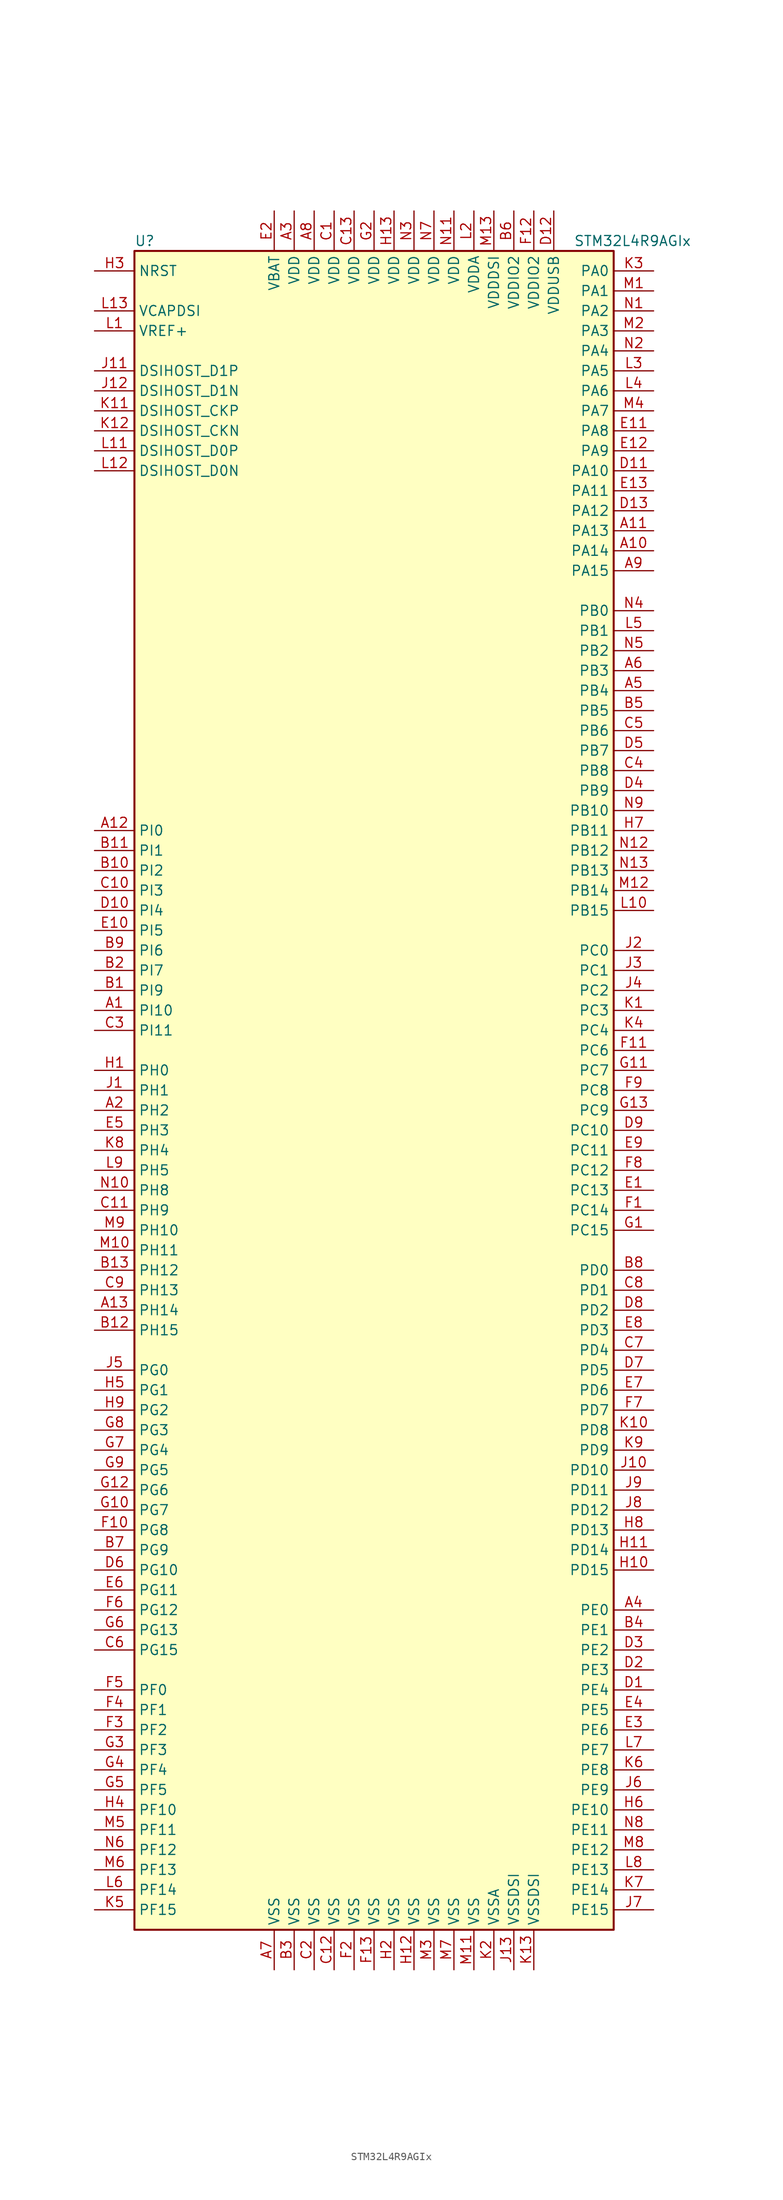
<source format=kicad_sym>
(kicad_symbol_lib
  (version 20211014)
  (generator kicad_symbol_editor)
  (symbol "STM32L4R9AGIx"
    (property "Reference" "U"
      (at -30.48 107.95 0)
      (effects (font (size 1.27 1.27)) (justify left)))
    (property "Value" "STM32L4R9AGIx"
      (at 25.4 107.95 0)
      (effects (font (size 1.27 1.27)) (justify left)))
    (symbol "STM32L4R9AGIx_0_1"
      (rectangle (start -30.48 -106.68) (end 30.48 106.68) (stroke (width 0.254) (type default) (color 0 0 0 0)) (fill (type background))))
    (symbol "STM32L4R9AGIx_1_1"
      (pin bidirectional line (at -35.56 10.16 0) (length 5.08) (name "PI10" (effects (font (size 1.27 1.27)))) (number "A1" (effects (font (size 1.27 1.27)))))
      (pin bidirectional line (at 35.56 68.58 180) (length 5.08) (name "PA14" (effects (font (size 1.27 1.27)))) (number "A10" (effects (font (size 1.27 1.27)))))
      (pin bidirectional line (at 35.56 71.12 180) (length 5.08) (name "PA13" (effects (font (size 1.27 1.27)))) (number "A11" (effects (font (size 1.27 1.27)))))
      (pin bidirectional line (at -35.56 33.02 0) (length 5.08) (name "PI0" (effects (font (size 1.27 1.27)))) (number "A12" (effects (font (size 1.27 1.27)))))
      (pin bidirectional line (at -35.56 -27.94 0) (length 5.08) (name "PH14" (effects (font (size 1.27 1.27)))) (number "A13" (effects (font (size 1.27 1.27)))))
      (pin bidirectional line (at -35.56 -2.54 0) (length 5.08) (name "PH2" (effects (font (size 1.27 1.27)))) (number "A2" (effects (font (size 1.27 1.27)))))
      (pin power_in line (at -10.16 111.76 270) (length 5.08) (name "VDD" (effects (font (size 1.27 1.27)))) (number "A3" (effects (font (size 1.27 1.27)))))
      (pin bidirectional line (at 35.56 -66.04 180) (length 5.08) (name "PE0" (effects (font (size 1.27 1.27)))) (number "A4" (effects (font (size 1.27 1.27)))))
      (pin bidirectional line (at 35.56 50.8 180) (length 5.08) (name "PB4" (effects (font (size 1.27 1.27)))) (number "A5" (effects (font (size 1.27 1.27)))))
      (pin bidirectional line (at 35.56 53.34 180) (length 5.08) (name "PB3" (effects (font (size 1.27 1.27)))) (number "A6" (effects (font (size 1.27 1.27)))))
      (pin power_in line (at -12.7 -111.76 90) (length 5.08) (name "VSS" (effects (font (size 1.27 1.27)))) (number "A7" (effects (font (size 1.27 1.27)))))
      (pin power_in line (at -7.62 111.76 270) (length 5.08) (name "VDD" (effects (font (size 1.27 1.27)))) (number "A8" (effects (font (size 1.27 1.27)))))
      (pin bidirectional line (at 35.56 66.04 180) (length 5.08) (name "PA15" (effects (font (size 1.27 1.27)))) (number "A9" (effects (font (size 1.27 1.27)))))
      (pin bidirectional line (at -35.56 12.7 0) (length 5.08) (name "PI9" (effects (font (size 1.27 1.27)))) (number "B1" (effects (font (size 1.27 1.27)))))
      (pin bidirectional line (at -35.56 27.94 0) (length 5.08) (name "PI2" (effects (font (size 1.27 1.27)))) (number "B10" (effects (font (size 1.27 1.27)))))
      (pin bidirectional line (at -35.56 30.48 0) (length 5.08) (name "PI1" (effects (font (size 1.27 1.27)))) (number "B11" (effects (font (size 1.27 1.27)))))
      (pin bidirectional line (at -35.56 -30.48 0) (length 5.08) (name "PH15" (effects (font (size 1.27 1.27)))) (number "B12" (effects (font (size 1.27 1.27)))))
      (pin bidirectional line (at -35.56 -22.86 0) (length 5.08) (name "PH12" (effects (font (size 1.27 1.27)))) (number "B13" (effects (font (size 1.27 1.27)))))
      (pin bidirectional line (at -35.56 15.24 0) (length 5.08) (name "PI7" (effects (font (size 1.27 1.27)))) (number "B2" (effects (font (size 1.27 1.27)))))
      (pin power_in line (at -10.16 -111.76 90) (length 5.08) (name "VSS" (effects (font (size 1.27 1.27)))) (number "B3" (effects (font (size 1.27 1.27)))))
      (pin bidirectional line (at 35.56 -68.58 180) (length 5.08) (name "PE1" (effects (font (size 1.27 1.27)))) (number "B4" (effects (font (size 1.27 1.27)))))
      (pin bidirectional line (at 35.56 48.26 180) (length 5.08) (name "PB5" (effects (font (size 1.27 1.27)))) (number "B5" (effects (font (size 1.27 1.27)))))
      (pin power_in line (at 17.78 111.76 270) (length 5.08) (name "VDDIO2" (effects (font (size 1.27 1.27)))) (number "B6" (effects (font (size 1.27 1.27)))))
      (pin bidirectional line (at -35.56 -58.42 0) (length 5.08) (name "PG9" (effects (font (size 1.27 1.27)))) (number "B7" (effects (font (size 1.27 1.27)))))
      (pin bidirectional line (at 35.56 -22.86 180) (length 5.08) (name "PD0" (effects (font (size 1.27 1.27)))) (number "B8" (effects (font (size 1.27 1.27)))))
      (pin bidirectional line (at -35.56 17.78 0) (length 5.08) (name "PI6" (effects (font (size 1.27 1.27)))) (number "B9" (effects (font (size 1.27 1.27)))))
      (pin power_in line (at -5.08 111.76 270) (length 5.08) (name "VDD" (effects (font (size 1.27 1.27)))) (number "C1" (effects (font (size 1.27 1.27)))))
      (pin bidirectional line (at -35.56 25.4 0) (length 5.08) (name "PI3" (effects (font (size 1.27 1.27)))) (number "C10" (effects (font (size 1.27 1.27)))))
      (pin bidirectional line (at -35.56 -15.24 0) (length 5.08) (name "PH9" (effects (font (size 1.27 1.27)))) (number "C11" (effects (font (size 1.27 1.27)))))
      (pin power_in line (at -5.08 -111.76 90) (length 5.08) (name "VSS" (effects (font (size 1.27 1.27)))) (number "C12" (effects (font (size 1.27 1.27)))))
      (pin power_in line (at -2.54 111.76 270) (length 5.08) (name "VDD" (effects (font (size 1.27 1.27)))) (number "C13" (effects (font (size 1.27 1.27)))))
      (pin power_in line (at -7.62 -111.76 90) (length 5.08) (name "VSS" (effects (font (size 1.27 1.27)))) (number "C2" (effects (font (size 1.27 1.27)))))
      (pin bidirectional line (at -35.56 7.62 0) (length 5.08) (name "PI11" (effects (font (size 1.27 1.27)))) (number "C3" (effects (font (size 1.27 1.27)))))
      (pin bidirectional line (at 35.56 40.64 180) (length 5.08) (name "PB8" (effects (font (size 1.27 1.27)))) (number "C4" (effects (font (size 1.27 1.27)))))
      (pin bidirectional line (at 35.56 45.72 180) (length 5.08) (name "PB6" (effects (font (size 1.27 1.27)))) (number "C5" (effects (font (size 1.27 1.27)))))
      (pin bidirectional line (at -35.56 -71.12 0) (length 5.08) (name "PG15" (effects (font (size 1.27 1.27)))) (number "C6" (effects (font (size 1.27 1.27)))))
      (pin bidirectional line (at 35.56 -33.02 180) (length 5.08) (name "PD4" (effects (font (size 1.27 1.27)))) (number "C7" (effects (font (size 1.27 1.27)))))
      (pin bidirectional line (at 35.56 -25.4 180) (length 5.08) (name "PD1" (effects (font (size 1.27 1.27)))) (number "C8" (effects (font (size 1.27 1.27)))))
      (pin bidirectional line (at -35.56 -25.4 0) (length 5.08) (name "PH13" (effects (font (size 1.27 1.27)))) (number "C9" (effects (font (size 1.27 1.27)))))
      (pin bidirectional line (at 35.56 -76.2 180) (length 5.08) (name "PE4" (effects (font (size 1.27 1.27)))) (number "D1" (effects (font (size 1.27 1.27)))))
      (pin bidirectional line (at -35.56 22.86 0) (length 5.08) (name "PI4" (effects (font (size 1.27 1.27)))) (number "D10" (effects (font (size 1.27 1.27)))))
      (pin bidirectional line (at 35.56 78.74 180) (length 5.08) (name "PA10" (effects (font (size 1.27 1.27)))) (number "D11" (effects (font (size 1.27 1.27)))))
      (pin power_in line (at 22.86 111.76 270) (length 5.08) (name "VDDUSB" (effects (font (size 1.27 1.27)))) (number "D12" (effects (font (size 1.27 1.27)))))
      (pin bidirectional line (at 35.56 73.66 180) (length 5.08) (name "PA12" (effects (font (size 1.27 1.27)))) (number "D13" (effects (font (size 1.27 1.27)))))
      (pin bidirectional line (at 35.56 -73.66 180) (length 5.08) (name "PE3" (effects (font (size 1.27 1.27)))) (number "D2" (effects (font (size 1.27 1.27)))))
      (pin bidirectional line (at 35.56 -71.12 180) (length 5.08) (name "PE2" (effects (font (size 1.27 1.27)))) (number "D3" (effects (font (size 1.27 1.27)))))
      (pin bidirectional line (at 35.56 38.1 180) (length 5.08) (name "PB9" (effects (font (size 1.27 1.27)))) (number "D4" (effects (font (size 1.27 1.27)))))
      (pin bidirectional line (at 35.56 43.18 180) (length 5.08) (name "PB7" (effects (font (size 1.27 1.27)))) (number "D5" (effects (font (size 1.27 1.27)))))
      (pin bidirectional line (at -35.56 -60.96 0) (length 5.08) (name "PG10" (effects (font (size 1.27 1.27)))) (number "D6" (effects (font (size 1.27 1.27)))))
      (pin bidirectional line (at 35.56 -35.56 180) (length 5.08) (name "PD5" (effects (font (size 1.27 1.27)))) (number "D7" (effects (font (size 1.27 1.27)))))
      (pin bidirectional line (at 35.56 -27.94 180) (length 5.08) (name "PD2" (effects (font (size 1.27 1.27)))) (number "D8" (effects (font (size 1.27 1.27)))))
      (pin bidirectional line (at 35.56 -5.08 180) (length 5.08) (name "PC10" (effects (font (size 1.27 1.27)))) (number "D9" (effects (font (size 1.27 1.27)))))
      (pin bidirectional line (at 35.56 -12.7 180) (length 5.08) (name "PC13" (effects (font (size 1.27 1.27)))) (number "E1" (effects (font (size 1.27 1.27)))))
      (pin bidirectional line (at -35.56 20.32 0) (length 5.08) (name "PI5" (effects (font (size 1.27 1.27)))) (number "E10" (effects (font (size 1.27 1.27)))))
      (pin bidirectional line (at 35.56 83.82 180) (length 5.08) (name "PA8" (effects (font (size 1.27 1.27)))) (number "E11" (effects (font (size 1.27 1.27)))))
      (pin bidirectional line (at 35.56 81.28 180) (length 5.08) (name "PA9" (effects (font (size 1.27 1.27)))) (number "E12" (effects (font (size 1.27 1.27)))))
      (pin bidirectional line (at 35.56 76.2 180) (length 5.08) (name "PA11" (effects (font (size 1.27 1.27)))) (number "E13" (effects (font (size 1.27 1.27)))))
      (pin power_in line (at -12.7 111.76 270) (length 5.08) (name "VBAT" (effects (font (size 1.27 1.27)))) (number "E2" (effects (font (size 1.27 1.27)))))
      (pin bidirectional line (at 35.56 -81.28 180) (length 5.08) (name "PE6" (effects (font (size 1.27 1.27)))) (number "E3" (effects (font (size 1.27 1.27)))))
      (pin bidirectional line (at 35.56 -78.74 180) (length 5.08) (name "PE5" (effects (font (size 1.27 1.27)))) (number "E4" (effects (font (size 1.27 1.27)))))
      (pin bidirectional line (at -35.56 -5.08 0) (length 5.08) (name "PH3" (effects (font (size 1.27 1.27)))) (number "E5" (effects (font (size 1.27 1.27)))))
      (pin bidirectional line (at -35.56 -63.5 0) (length 5.08) (name "PG11" (effects (font (size 1.27 1.27)))) (number "E6" (effects (font (size 1.27 1.27)))))
      (pin bidirectional line (at 35.56 -38.1 180) (length 5.08) (name "PD6" (effects (font (size 1.27 1.27)))) (number "E7" (effects (font (size 1.27 1.27)))))
      (pin bidirectional line (at 35.56 -30.48 180) (length 5.08) (name "PD3" (effects (font (size 1.27 1.27)))) (number "E8" (effects (font (size 1.27 1.27)))))
      (pin bidirectional line (at 35.56 -7.62 180) (length 5.08) (name "PC11" (effects (font (size 1.27 1.27)))) (number "E9" (effects (font (size 1.27 1.27)))))
      (pin bidirectional line (at 35.56 -15.24 180) (length 5.08) (name "PC14" (effects (font (size 1.27 1.27)))) (number "F1" (effects (font (size 1.27 1.27)))))
      (pin bidirectional line (at -35.56 -55.88 0) (length 5.08) (name "PG8" (effects (font (size 1.27 1.27)))) (number "F10" (effects (font (size 1.27 1.27)))))
      (pin bidirectional line (at 35.56 5.08 180) (length 5.08) (name "PC6" (effects (font (size 1.27 1.27)))) (number "F11" (effects (font (size 1.27 1.27)))))
      (pin power_in line (at 20.32 111.76 270) (length 5.08) (name "VDDIO2" (effects (font (size 1.27 1.27)))) (number "F12" (effects (font (size 1.27 1.27)))))
      (pin power_in line (at 0 -111.76 90) (length 5.08) (name "VSS" (effects (font (size 1.27 1.27)))) (number "F13" (effects (font (size 1.27 1.27)))))
      (pin power_in line (at -2.54 -111.76 90) (length 5.08) (name "VSS" (effects (font (size 1.27 1.27)))) (number "F2" (effects (font (size 1.27 1.27)))))
      (pin bidirectional line (at -35.56 -81.28 0) (length 5.08) (name "PF2" (effects (font (size 1.27 1.27)))) (number "F3" (effects (font (size 1.27 1.27)))))
      (pin bidirectional line (at -35.56 -78.74 0) (length 5.08) (name "PF1" (effects (font (size 1.27 1.27)))) (number "F4" (effects (font (size 1.27 1.27)))))
      (pin bidirectional line (at -35.56 -76.2 0) (length 5.08) (name "PF0" (effects (font (size 1.27 1.27)))) (number "F5" (effects (font (size 1.27 1.27)))))
      (pin bidirectional line (at -35.56 -66.04 0) (length 5.08) (name "PG12" (effects (font (size 1.27 1.27)))) (number "F6" (effects (font (size 1.27 1.27)))))
      (pin bidirectional line (at 35.56 -40.64 180) (length 5.08) (name "PD7" (effects (font (size 1.27 1.27)))) (number "F7" (effects (font (size 1.27 1.27)))))
      (pin bidirectional line (at 35.56 -10.16 180) (length 5.08) (name "PC12" (effects (font (size 1.27 1.27)))) (number "F8" (effects (font (size 1.27 1.27)))))
      (pin bidirectional line (at 35.56 0 180) (length 5.08) (name "PC8" (effects (font (size 1.27 1.27)))) (number "F9" (effects (font (size 1.27 1.27)))))
      (pin bidirectional line (at 35.56 -17.78 180) (length 5.08) (name "PC15" (effects (font (size 1.27 1.27)))) (number "G1" (effects (font (size 1.27 1.27)))))
      (pin bidirectional line (at -35.56 -53.34 0) (length 5.08) (name "PG7" (effects (font (size 1.27 1.27)))) (number "G10" (effects (font (size 1.27 1.27)))))
      (pin bidirectional line (at 35.56 2.54 180) (length 5.08) (name "PC7" (effects (font (size 1.27 1.27)))) (number "G11" (effects (font (size 1.27 1.27)))))
      (pin bidirectional line (at -35.56 -50.8 0) (length 5.08) (name "PG6" (effects (font (size 1.27 1.27)))) (number "G12" (effects (font (size 1.27 1.27)))))
      (pin bidirectional line (at 35.56 -2.54 180) (length 5.08) (name "PC9" (effects (font (size 1.27 1.27)))) (number "G13" (effects (font (size 1.27 1.27)))))
      (pin power_in line (at 0 111.76 270) (length 5.08) (name "VDD" (effects (font (size 1.27 1.27)))) (number "G2" (effects (font (size 1.27 1.27)))))
      (pin bidirectional line (at -35.56 -83.82 0) (length 5.08) (name "PF3" (effects (font (size 1.27 1.27)))) (number "G3" (effects (font (size 1.27 1.27)))))
      (pin bidirectional line (at -35.56 -86.36 0) (length 5.08) (name "PF4" (effects (font (size 1.27 1.27)))) (number "G4" (effects (font (size 1.27 1.27)))))
      (pin bidirectional line (at -35.56 -88.9 0) (length 5.08) (name "PF5" (effects (font (size 1.27 1.27)))) (number "G5" (effects (font (size 1.27 1.27)))))
      (pin bidirectional line (at -35.56 -68.58 0) (length 5.08) (name "PG13" (effects (font (size 1.27 1.27)))) (number "G6" (effects (font (size 1.27 1.27)))))
      (pin bidirectional line (at -35.56 -45.72 0) (length 5.08) (name "PG4" (effects (font (size 1.27 1.27)))) (number "G7" (effects (font (size 1.27 1.27)))))
      (pin bidirectional line (at -35.56 -43.18 0) (length 5.08) (name "PG3" (effects (font (size 1.27 1.27)))) (number "G8" (effects (font (size 1.27 1.27)))))
      (pin bidirectional line (at -35.56 -48.26 0) (length 5.08) (name "PG5" (effects (font (size 1.27 1.27)))) (number "G9" (effects (font (size 1.27 1.27)))))
      (pin input line (at -35.56 2.54 0) (length 5.08) (name "PH0" (effects (font (size 1.27 1.27)))) (number "H1" (effects (font (size 1.27 1.27)))))
      (pin bidirectional line (at 35.56 -60.96 180) (length 5.08) (name "PD15" (effects (font (size 1.27 1.27)))) (number "H10" (effects (font (size 1.27 1.27)))))
      (pin bidirectional line (at 35.56 -58.42 180) (length 5.08) (name "PD14" (effects (font (size 1.27 1.27)))) (number "H11" (effects (font (size 1.27 1.27)))))
      (pin power_in line (at 5.08 -111.76 90) (length 5.08) (name "VSS" (effects (font (size 1.27 1.27)))) (number "H12" (effects (font (size 1.27 1.27)))))
      (pin power_in line (at 2.54 111.76 270) (length 5.08) (name "VDD" (effects (font (size 1.27 1.27)))) (number "H13" (effects (font (size 1.27 1.27)))))
      (pin power_in line (at 2.54 -111.76 90) (length 5.08) (name "VSS" (effects (font (size 1.27 1.27)))) (number "H2" (effects (font (size 1.27 1.27)))))
      (pin input line (at -35.56 104.14 0) (length 5.08) (name "NRST" (effects (font (size 1.27 1.27)))) (number "H3" (effects (font (size 1.27 1.27)))))
      (pin bidirectional line (at -35.56 -91.44 0) (length 5.08) (name "PF10" (effects (font (size 1.27 1.27)))) (number "H4" (effects (font (size 1.27 1.27)))))
      (pin bidirectional line (at -35.56 -38.1 0) (length 5.08) (name "PG1" (effects (font (size 1.27 1.27)))) (number "H5" (effects (font (size 1.27 1.27)))))
      (pin bidirectional line (at 35.56 -91.44 180) (length 5.08) (name "PE10" (effects (font (size 1.27 1.27)))) (number "H6" (effects (font (size 1.27 1.27)))))
      (pin bidirectional line (at 35.56 33.02 180) (length 5.08) (name "PB11" (effects (font (size 1.27 1.27)))) (number "H7" (effects (font (size 1.27 1.27)))))
      (pin bidirectional line (at 35.56 -55.88 180) (length 5.08) (name "PD13" (effects (font (size 1.27 1.27)))) (number "H8" (effects (font (size 1.27 1.27)))))
      (pin bidirectional line (at -35.56 -40.64 0) (length 5.08) (name "PG2" (effects (font (size 1.27 1.27)))) (number "H9" (effects (font (size 1.27 1.27)))))
      (pin input line (at -35.56 0 0) (length 5.08) (name "PH1" (effects (font (size 1.27 1.27)))) (number "J1" (effects (font (size 1.27 1.27)))))
      (pin bidirectional line (at 35.56 -48.26 180) (length 5.08) (name "PD10" (effects (font (size 1.27 1.27)))) (number "J10" (effects (font (size 1.27 1.27)))))
      (pin bidirectional line (at -35.56 91.44 0) (length 5.08) (name "DSIHOST_D1P" (effects (font (size 1.27 1.27)))) (number "J11" (effects (font (size 1.27 1.27)))))
      (pin bidirectional line (at -35.56 88.9 0) (length 5.08) (name "DSIHOST_D1N" (effects (font (size 1.27 1.27)))) (number "J12" (effects (font (size 1.27 1.27)))))
      (pin power_in line (at 17.78 -111.76 90) (length 5.08) (name "VSSDSI" (effects (font (size 1.27 1.27)))) (number "J13" (effects (font (size 1.27 1.27)))))
      (pin bidirectional line (at 35.56 17.78 180) (length 5.08) (name "PC0" (effects (font (size 1.27 1.27)))) (number "J2" (effects (font (size 1.27 1.27)))))
      (pin bidirectional line (at 35.56 15.24 180) (length 5.08) (name "PC1" (effects (font (size 1.27 1.27)))) (number "J3" (effects (font (size 1.27 1.27)))))
      (pin bidirectional line (at 35.56 12.7 180) (length 5.08) (name "PC2" (effects (font (size 1.27 1.27)))) (number "J4" (effects (font (size 1.27 1.27)))))
      (pin bidirectional line (at -35.56 -35.56 0) (length 5.08) (name "PG0" (effects (font (size 1.27 1.27)))) (number "J5" (effects (font (size 1.27 1.27)))))
      (pin bidirectional line (at 35.56 -88.9 180) (length 5.08) (name "PE9" (effects (font (size 1.27 1.27)))) (number "J6" (effects (font (size 1.27 1.27)))))
      (pin bidirectional line (at 35.56 -104.14 180) (length 5.08) (name "PE15" (effects (font (size 1.27 1.27)))) (number "J7" (effects (font (size 1.27 1.27)))))
      (pin bidirectional line (at 35.56 -53.34 180) (length 5.08) (name "PD12" (effects (font (size 1.27 1.27)))) (number "J8" (effects (font (size 1.27 1.27)))))
      (pin bidirectional line (at 35.56 -50.8 180) (length 5.08) (name "PD11" (effects (font (size 1.27 1.27)))) (number "J9" (effects (font (size 1.27 1.27)))))
      (pin bidirectional line (at 35.56 10.16 180) (length 5.08) (name "PC3" (effects (font (size 1.27 1.27)))) (number "K1" (effects (font (size 1.27 1.27)))))
      (pin bidirectional line (at 35.56 -43.18 180) (length 5.08) (name "PD8" (effects (font (size 1.27 1.27)))) (number "K10" (effects (font (size 1.27 1.27)))))
      (pin bidirectional line (at -35.56 86.36 0) (length 5.08) (name "DSIHOST_CKP" (effects (font (size 1.27 1.27)))) (number "K11" (effects (font (size 1.27 1.27)))))
      (pin bidirectional line (at -35.56 83.82 0) (length 5.08) (name "DSIHOST_CKN" (effects (font (size 1.27 1.27)))) (number "K12" (effects (font (size 1.27 1.27)))))
      (pin power_in line (at 20.32 -111.76 90) (length 5.08) (name "VSSDSI" (effects (font (size 1.27 1.27)))) (number "K13" (effects (font (size 1.27 1.27)))))
      (pin power_in line (at 15.24 -111.76 90) (length 5.08) (name "VSSA" (effects (font (size 1.27 1.27)))) (number "K2" (effects (font (size 1.27 1.27)))))
      (pin bidirectional line (at 35.56 104.14 180) (length 5.08) (name "PA0" (effects (font (size 1.27 1.27)))) (number "K3" (effects (font (size 1.27 1.27)))))
      (pin bidirectional line (at 35.56 7.62 180) (length 5.08) (name "PC4" (effects (font (size 1.27 1.27)))) (number "K4" (effects (font (size 1.27 1.27)))))
      (pin bidirectional line (at -35.56 -104.14 0) (length 5.08) (name "PF15" (effects (font (size 1.27 1.27)))) (number "K5" (effects (font (size 1.27 1.27)))))
      (pin bidirectional line (at 35.56 -86.36 180) (length 5.08) (name "PE8" (effects (font (size 1.27 1.27)))) (number "K6" (effects (font (size 1.27 1.27)))))
      (pin bidirectional line (at 35.56 -101.6 180) (length 5.08) (name "PE14" (effects (font (size 1.27 1.27)))) (number "K7" (effects (font (size 1.27 1.27)))))
      (pin bidirectional line (at -35.56 -7.62 0) (length 5.08) (name "PH4" (effects (font (size 1.27 1.27)))) (number "K8" (effects (font (size 1.27 1.27)))))
      (pin bidirectional line (at 35.56 -45.72 180) (length 5.08) (name "PD9" (effects (font (size 1.27 1.27)))) (number "K9" (effects (font (size 1.27 1.27)))))
      (pin bidirectional line (at -35.56 96.52 0) (length 5.08) (name "VREF+" (effects (font (size 1.27 1.27)))) (number "L1" (effects (font (size 1.27 1.27)))))
      (pin bidirectional line (at 35.56 22.86 180) (length 5.08) (name "PB15" (effects (font (size 1.27 1.27)))) (number "L10" (effects (font (size 1.27 1.27)))))
      (pin bidirectional line (at -35.56 81.28 0) (length 5.08) (name "DSIHOST_D0P" (effects (font (size 1.27 1.27)))) (number "L11" (effects (font (size 1.27 1.27)))))
      (pin bidirectional line (at -35.56 78.74 0) (length 5.08) (name "DSIHOST_D0N" (effects (font (size 1.27 1.27)))) (number "L12" (effects (font (size 1.27 1.27)))))
      (pin power_in line (at -35.56 99.06 0) (length 5.08) (name "VCAPDSI" (effects (font (size 1.27 1.27)))) (number "L13" (effects (font (size 1.27 1.27)))))
      (pin power_in line (at 12.7 111.76 270) (length 5.08) (name "VDDA" (effects (font (size 1.27 1.27)))) (number "L2" (effects (font (size 1.27 1.27)))))
      (pin bidirectional line (at 35.56 91.44 180) (length 5.08) (name "PA5" (effects (font (size 1.27 1.27)))) (number "L3" (effects (font (size 1.27 1.27)))))
      (pin bidirectional line (at 35.56 88.9 180) (length 5.08) (name "PA6" (effects (font (size 1.27 1.27)))) (number "L4" (effects (font (size 1.27 1.27)))))
      (pin bidirectional line (at 35.56 58.42 180) (length 5.08) (name "PB1" (effects (font (size 1.27 1.27)))) (number "L5" (effects (font (size 1.27 1.27)))))
      (pin bidirectional line (at -35.56 -101.6 0) (length 5.08) (name "PF14" (effects (font (size 1.27 1.27)))) (number "L6" (effects (font (size 1.27 1.27)))))
      (pin bidirectional line (at 35.56 -83.82 180) (length 5.08) (name "PE7" (effects (font (size 1.27 1.27)))) (number "L7" (effects (font (size 1.27 1.27)))))
      (pin bidirectional line (at 35.56 -99.06 180) (length 5.08) (name "PE13" (effects (font (size 1.27 1.27)))) (number "L8" (effects (font (size 1.27 1.27)))))
      (pin bidirectional line (at -35.56 -10.16 0) (length 5.08) (name "PH5" (effects (font (size 1.27 1.27)))) (number "L9" (effects (font (size 1.27 1.27)))))
      (pin bidirectional line (at 35.56 101.6 180) (length 5.08) (name "PA1" (effects (font (size 1.27 1.27)))) (number "M1" (effects (font (size 1.27 1.27)))))
      (pin bidirectional line (at -35.56 -20.32 0) (length 5.08) (name "PH11" (effects (font (size 1.27 1.27)))) (number "M10" (effects (font (size 1.27 1.27)))))
      (pin power_in line (at 12.7 -111.76 90) (length 5.08) (name "VSS" (effects (font (size 1.27 1.27)))) (number "M11" (effects (font (size 1.27 1.27)))))
      (pin bidirectional line (at 35.56 25.4 180) (length 5.08) (name "PB14" (effects (font (size 1.27 1.27)))) (number "M12" (effects (font (size 1.27 1.27)))))
      (pin power_in line (at 15.24 111.76 270) (length 5.08) (name "VDDDSI" (effects (font (size 1.27 1.27)))) (number "M13" (effects (font (size 1.27 1.27)))))
      (pin bidirectional line (at 35.56 96.52 180) (length 5.08) (name "PA3" (effects (font (size 1.27 1.27)))) (number "M2" (effects (font (size 1.27 1.27)))))
      (pin power_in line (at 7.62 -111.76 90) (length 5.08) (name "VSS" (effects (font (size 1.27 1.27)))) (number "M3" (effects (font (size 1.27 1.27)))))
      (pin bidirectional line (at 35.56 86.36 180) (length 5.08) (name "PA7" (effects (font (size 1.27 1.27)))) (number "M4" (effects (font (size 1.27 1.27)))))
      (pin bidirectional line (at -35.56 -93.98 0) (length 5.08) (name "PF11" (effects (font (size 1.27 1.27)))) (number "M5" (effects (font (size 1.27 1.27)))))
      (pin bidirectional line (at -35.56 -99.06 0) (length 5.08) (name "PF13" (effects (font (size 1.27 1.27)))) (number "M6" (effects (font (size 1.27 1.27)))))
      (pin power_in line (at 10.16 -111.76 90) (length 5.08) (name "VSS" (effects (font (size 1.27 1.27)))) (number "M7" (effects (font (size 1.27 1.27)))))
      (pin bidirectional line (at 35.56 -96.52 180) (length 5.08) (name "PE12" (effects (font (size 1.27 1.27)))) (number "M8" (effects (font (size 1.27 1.27)))))
      (pin bidirectional line (at -35.56 -17.78 0) (length 5.08) (name "PH10" (effects (font (size 1.27 1.27)))) (number "M9" (effects (font (size 1.27 1.27)))))
      (pin bidirectional line (at 35.56 99.06 180) (length 5.08) (name "PA2" (effects (font (size 1.27 1.27)))) (number "N1" (effects (font (size 1.27 1.27)))))
      (pin bidirectional line (at -35.56 -12.7 0) (length 5.08) (name "PH8" (effects (font (size 1.27 1.27)))) (number "N10" (effects (font (size 1.27 1.27)))))
      (pin power_in line (at 10.16 111.76 270) (length 5.08) (name "VDD" (effects (font (size 1.27 1.27)))) (number "N11" (effects (font (size 1.27 1.27)))))
      (pin bidirectional line (at 35.56 30.48 180) (length 5.08) (name "PB12" (effects (font (size 1.27 1.27)))) (number "N12" (effects (font (size 1.27 1.27)))))
      (pin bidirectional line (at 35.56 27.94 180) (length 5.08) (name "PB13" (effects (font (size 1.27 1.27)))) (number "N13" (effects (font (size 1.27 1.27)))))
      (pin bidirectional line (at 35.56 93.98 180) (length 5.08) (name "PA4" (effects (font (size 1.27 1.27)))) (number "N2" (effects (font (size 1.27 1.27)))))
      (pin power_in line (at 5.08 111.76 270) (length 5.08) (name "VDD" (effects (font (size 1.27 1.27)))) (number "N3" (effects (font (size 1.27 1.27)))))
      (pin bidirectional line (at 35.56 60.96 180) (length 5.08) (name "PB0" (effects (font (size 1.27 1.27)))) (number "N4" (effects (font (size 1.27 1.27)))))
      (pin bidirectional line (at 35.56 55.88 180) (length 5.08) (name "PB2" (effects (font (size 1.27 1.27)))) (number "N5" (effects (font (size 1.27 1.27)))))
      (pin bidirectional line (at -35.56 -96.52 0) (length 5.08) (name "PF12" (effects (font (size 1.27 1.27)))) (number "N6" (effects (font (size 1.27 1.27)))))
      (pin power_in line (at 7.62 111.76 270) (length 5.08) (name "VDD" (effects (font (size 1.27 1.27)))) (number "N7" (effects (font (size 1.27 1.27)))))
      (pin bidirectional line (at 35.56 -93.98 180) (length 5.08) (name "PE11" (effects (font (size 1.27 1.27)))) (number "N8" (effects (font (size 1.27 1.27)))))
      (pin bidirectional line (at 35.56 35.56 180) (length 5.08) (name "PB10" (effects (font (size 1.27 1.27)))) (number "N9" (effects (font (size 1.27 1.27))))))))
</source>
